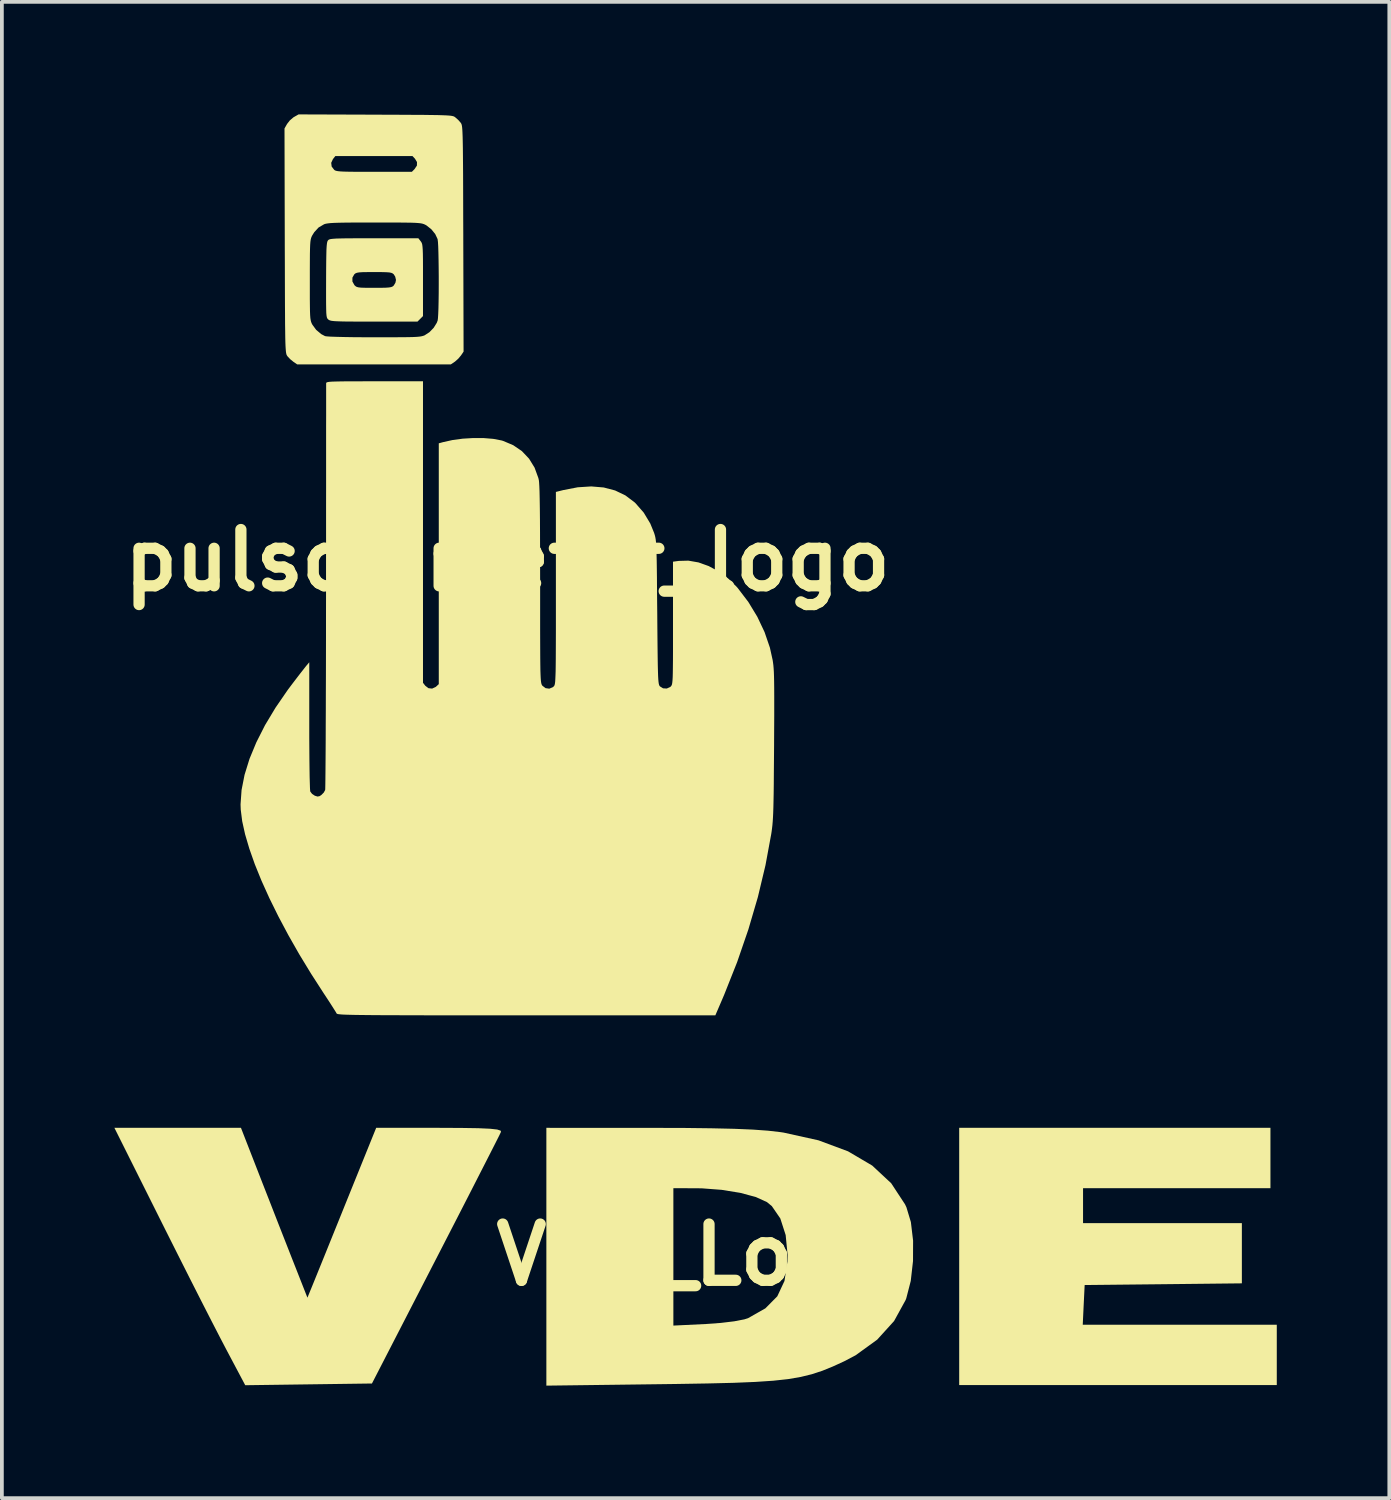
<source format=kicad_pcb>
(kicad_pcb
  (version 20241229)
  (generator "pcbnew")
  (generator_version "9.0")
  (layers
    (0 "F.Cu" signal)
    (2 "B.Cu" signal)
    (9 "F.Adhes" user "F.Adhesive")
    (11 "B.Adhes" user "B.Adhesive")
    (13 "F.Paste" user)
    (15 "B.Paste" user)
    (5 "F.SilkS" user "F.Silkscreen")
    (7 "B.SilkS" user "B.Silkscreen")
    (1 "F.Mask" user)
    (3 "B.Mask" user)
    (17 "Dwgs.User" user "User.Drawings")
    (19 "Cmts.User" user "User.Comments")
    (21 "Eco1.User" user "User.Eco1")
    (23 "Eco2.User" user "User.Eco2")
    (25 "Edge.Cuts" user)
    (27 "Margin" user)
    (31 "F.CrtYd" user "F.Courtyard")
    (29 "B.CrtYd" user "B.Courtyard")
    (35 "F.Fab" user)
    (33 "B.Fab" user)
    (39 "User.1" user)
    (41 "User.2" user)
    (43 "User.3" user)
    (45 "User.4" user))
  (footprint "pulsoximeter_logo"
    (layer "F.Cu")
    (at 10.479 11.889)
    (property "Reference" "pulsoximeter_logo" (at 0 0 0) (layer "F.SilkS") (effects (font (size 1.5 1.5) (thickness 0.3))))
    (attr board_only exclude_from_pos_files exclude_from_bom)
    (fp_poly (pts (xy -2.314 -8.508) (xy -2.297 -8.484) (xy -2.283 -8.455) (xy -2.272 -8.417) (xy -2.265 -8.361) (xy -2.259 -8.28) (xy -2.255 -8.17) (xy -2.253 -8.022) (xy -2.252 -7.83) (xy -2.252 -7.587) (xy -2.252 -7.47) (xy -2.252 -6.512) (xy -2.325 -6.439) (xy -2.399 -6.365) (xy -3.553 -6.365) (xy -3.849 -6.365) (xy -4.09 -6.366) (xy -4.283 -6.367) (xy -4.434 -6.37) (xy -4.548 -6.374) (xy -4.632 -6.379) (xy -4.69 -6.386) (xy -4.73 -6.396) (xy -4.757 -6.407) (xy -4.773 -6.418) (xy -4.79 -6.434) (xy -4.805 -6.453) (xy -4.816 -6.482) (xy -4.824 -6.527) (xy -4.83 -6.594) (xy -4.833 -6.69) (xy -4.835 -6.822) (xy -4.836 -6.995) (xy -4.836 -7.215) (xy -4.835 -7.475) (xy -4.835 -7.537) (xy -4.134 -7.537) (xy -4.134 -7.435) (xy -4.082 -7.34) (xy -4.078 -7.335) (xy -4.05 -7.309) (xy -4.018 -7.29) (xy -3.972 -7.278) (xy -3.902 -7.27) (xy -3.796 -7.267) (xy -3.646 -7.266) (xy -3.553 -7.266) (xy -3.375 -7.266) (xy -3.247 -7.269) (xy -3.16 -7.275) (xy -3.102 -7.285) (xy -3.064 -7.3) (xy -3.036 -7.323) (xy -3.032 -7.326) (xy -2.987 -7.402) (xy -2.972 -7.476) (xy -2.993 -7.564) (xy -3.032 -7.626) (xy -3.06 -7.649) (xy -3.096 -7.665) (xy -3.151 -7.676) (xy -3.234 -7.682) (xy -3.355 -7.685) (xy -3.525 -7.686) (xy -3.558 -7.686) (xy -3.736 -7.685) (xy -3.865 -7.683) (xy -3.954 -7.677) (xy -4.012 -7.667) (xy -4.051 -7.652) (xy -4.079 -7.63) (xy -4.083 -7.626) (xy -4.134 -7.537) (xy -4.835 -7.537) (xy -4.834 -7.751) (xy -4.832 -7.973) (xy -4.829 -8.148) (xy -4.826 -8.281) (xy -4.82 -8.378) (xy -4.813 -8.446) (xy -4.804 -8.492) (xy -4.792 -8.52) (xy -4.783 -8.533) (xy -4.767 -8.547) (xy -4.743 -8.558) (xy -4.706 -8.567) (xy -4.648 -8.573) (xy -4.565 -8.579) (xy -4.451 -8.582) (xy -4.3 -8.585) (xy -4.106 -8.586) (xy -3.864 -8.587) (xy -3.568 -8.587) (xy -3.555 -8.587) (xy -2.376 -8.587)) (stroke (width 0) (type solid)) (fill yes) (layer "F.SilkS"))
    (fp_poly (pts (xy -3.522 -11.882) (xy -3.122 -11.88) (xy -2.778 -11.879) (xy -2.484 -11.877) (xy -2.238 -11.876) (xy -2.034 -11.873) (xy -1.868 -11.871) (xy -1.737 -11.867) (xy -1.634 -11.863) (xy -1.557 -11.858) (xy -1.5 -11.852) (xy -1.46 -11.844) (xy -1.432 -11.836) (xy -1.411 -11.825) (xy -1.394 -11.813) (xy -1.393 -11.812) (xy -1.312 -11.741) (xy -1.248 -11.668) (xy -1.238 -11.653) (xy -1.229 -11.637) (xy -1.221 -11.614) (xy -1.214 -11.582) (xy -1.208 -11.537) (xy -1.203 -11.475) (xy -1.199 -11.393) (xy -1.195 -11.287) (xy -1.192 -11.154) (xy -1.189 -10.991) (xy -1.187 -10.792) (xy -1.185 -10.556) (xy -1.183 -10.279) (xy -1.182 -9.956) (xy -1.181 -9.585) (xy -1.18 -9.161) (xy -1.178 -8.682) (xy -1.178 -8.575) (xy -1.17 -5.565) (xy -1.239 -5.463) (xy -1.313 -5.375) (xy -1.4 -5.298) (xy -1.409 -5.292) (xy -1.51 -5.224) (xy -3.558 -5.224) (xy -5.606 -5.224) (xy -5.705 -5.292) (xy -5.789 -5.36) (xy -5.862 -5.437) (xy -5.867 -5.444) (xy -5.877 -5.459) (xy -5.886 -5.475) (xy -5.894 -5.497) (xy -5.901 -5.529) (xy -5.907 -5.573) (xy -5.912 -5.633) (xy -5.917 -5.714) (xy -5.921 -5.818) (xy -5.924 -5.949) (xy -5.926 -6.11) (xy -5.929 -6.306) (xy -5.93 -6.539) (xy -5.932 -6.814) (xy -5.933 -7.134) (xy -5.934 -7.476) (xy -5.269 -7.476) (xy -5.269 -7.195) (xy -5.269 -6.967) (xy -5.267 -6.786) (xy -5.265 -6.646) (xy -5.261 -6.539) (xy -5.255 -6.46) (xy -5.246 -6.402) (xy -5.235 -6.359) (xy -5.222 -6.323) (xy -5.204 -6.289) (xy -5.202 -6.284) (xy -5.1 -6.145) (xy -4.964 -6.031) (xy -4.863 -5.978) (xy -4.815 -5.971) (xy -4.711 -5.964) (xy -4.557 -5.959) (xy -4.358 -5.954) (xy -4.118 -5.95) (xy -3.843 -5.948) (xy -3.558 -5.947) (xy -3.251 -5.947) (xy -2.999 -5.948) (xy -2.794 -5.949) (xy -2.632 -5.951) (xy -2.506 -5.954) (xy -2.41 -5.959) (xy -2.338 -5.966) (xy -2.285 -5.975) (xy -2.244 -5.986) (xy -2.209 -5.999) (xy -2.205 -6.002) (xy -2.08 -6.083) (xy -1.967 -6.2) (xy -1.885 -6.332) (xy -1.861 -6.395) (xy -1.853 -6.456) (xy -1.846 -6.568) (xy -1.84 -6.722) (xy -1.836 -6.909) (xy -1.833 -7.119) (xy -1.832 -7.344) (xy -1.832 -7.574) (xy -1.834 -7.801) (xy -1.837 -8.014) (xy -1.841 -8.206) (xy -1.846 -8.367) (xy -1.853 -8.487) (xy -1.862 -8.558) (xy -1.863 -8.565) (xy -1.926 -8.699) (xy -2.03 -8.827) (xy -2.159 -8.929) (xy -2.195 -8.949) (xy -2.226 -8.963) (xy -2.262 -8.975) (xy -2.308 -8.985) (xy -2.37 -8.992) (xy -2.454 -8.998) (xy -2.566 -9.002) (xy -2.712 -9.004) (xy -2.897 -9.006) (xy -3.129 -9.007) (xy -3.412 -9.007) (xy -3.543 -9.007) (xy -3.856 -9.007) (xy -4.114 -9.006) (xy -4.325 -9.004) (xy -4.492 -9.001) (xy -4.622 -8.997) (xy -4.72 -8.991) (xy -4.792 -8.983) (xy -4.844 -8.974) (xy -4.882 -8.963) (xy -4.887 -8.961) (xy -5.036 -8.874) (xy -5.152 -8.747) (xy -5.205 -8.662) (xy -5.222 -8.628) (xy -5.235 -8.593) (xy -5.246 -8.549) (xy -5.254 -8.491) (xy -5.26 -8.412) (xy -5.264 -8.305) (xy -5.267 -8.165) (xy -5.268 -7.983) (xy -5.269 -7.754) (xy -5.269 -7.476) (xy -5.934 -7.476) (xy -5.934 -7.502) (xy -5.935 -7.922) (xy -5.937 -8.398) (xy -5.937 -8.521) (xy -5.942 -10.598) (xy -4.699 -10.598) (xy -4.687 -10.499) (xy -4.619 -10.411) (xy -4.598 -10.396) (xy -4.567 -10.385) (xy -4.521 -10.376) (xy -4.453 -10.369) (xy -4.356 -10.364) (xy -4.225 -10.361) (xy -4.053 -10.359) (xy -3.834 -10.358) (xy -3.561 -10.358) (xy -3.553 -10.358) (xy -2.549 -10.358) (xy -2.476 -10.432) (xy -2.414 -10.525) (xy -2.412 -10.619) (xy -2.467 -10.709) (xy -2.532 -10.778) (xy -3.561 -10.778) (xy -4.589 -10.778) (xy -4.653 -10.697) (xy -4.699 -10.598) (xy -5.942 -10.598) (xy -5.944 -11.514) (xy -5.876 -11.634) (xy -5.802 -11.729) (xy -5.707 -11.81) (xy -5.689 -11.821) (xy -5.569 -11.889)) (stroke (width 0) (type solid)) (fill yes) (layer "F.SilkS"))
    (fp_poly (pts (xy -2.252 -0.755) (xy -2.252 3.264) (xy -2.19 3.344) (xy -2.106 3.408) (xy -2.009 3.419) (xy -1.913 3.375) (xy -1.897 3.361) (xy -1.831 3.3) (xy -1.831 0.09) (xy -1.831 -3.12) (xy -1.719 -3.151) (xy -1.468 -3.207) (xy -1.194 -3.244) (xy -0.91 -3.261) (xy -0.634 -3.26) (xy -0.38 -3.239) (xy -0.163 -3.198) (xy -0.118 -3.185) (xy 0.152 -3.071) (xy 0.385 -2.912) (xy 0.576 -2.71) (xy 0.723 -2.471) (xy 0.823 -2.197) (xy 0.837 -2.137) (xy 0.843 -2.082) (xy 0.849 -1.982) (xy 0.855 -1.835) (xy 0.859 -1.64) (xy 0.863 -1.395) (xy 0.866 -1.098) (xy 0.868 -0.748) (xy 0.869 -0.344) (xy 0.87 0.118) (xy 0.871 0.638) (xy 0.871 0.643) (xy 0.871 1.1) (xy 0.871 1.5) (xy 0.871 1.848) (xy 0.872 2.147) (xy 0.873 2.402) (xy 0.874 2.616) (xy 0.876 2.792) (xy 0.878 2.935) (xy 0.882 3.049) (xy 0.886 3.137) (xy 0.891 3.204) (xy 0.897 3.252) (xy 0.904 3.286) (xy 0.912 3.31) (xy 0.921 3.328) (xy 0.932 3.342) (xy 0.933 3.344) (xy 1.016 3.407) (xy 1.114 3.421) (xy 1.209 3.382) (xy 1.231 3.363) (xy 1.242 3.351) (xy 1.251 3.336) (xy 1.259 3.314) (xy 1.266 3.28) (xy 1.272 3.232) (xy 1.276 3.165) (xy 1.28 3.075) (xy 1.284 2.959) (xy 1.286 2.812) (xy 1.288 2.632) (xy 1.289 2.413) (xy 1.29 2.153) (xy 1.291 1.847) (xy 1.291 1.492) (xy 1.291 1.083) (xy 1.291 0.739) (xy 1.291 -1.824) (xy 1.486 -1.873) (xy 1.874 -1.948) (xy 2.234 -1.971) (xy 2.566 -1.943) (xy 2.87 -1.863) (xy 3.143 -1.732) (xy 3.385 -1.55) (xy 3.413 -1.524) (xy 3.633 -1.272) (xy 3.807 -0.983) (xy 3.908 -0.736) (xy 3.922 -0.692) (xy 3.934 -0.65) (xy 3.944 -0.604) (xy 3.953 -0.55) (xy 3.96 -0.483) (xy 3.966 -0.398) (xy 3.971 -0.29) (xy 3.975 -0.154) (xy 3.979 0.015) (xy 3.982 0.22) (xy 3.985 0.468) (xy 3.987 0.763) (xy 3.99 1.11) (xy 3.993 1.385) (xy 3.996 1.772) (xy 3.999 2.103) (xy 4.002 2.382) (xy 4.005 2.616) (xy 4.008 2.807) (xy 4.012 2.96) (xy 4.016 3.08) (xy 4.021 3.172) (xy 4.027 3.239) (xy 4.034 3.287) (xy 4.042 3.32) (xy 4.052 3.342) (xy 4.063 3.357) (xy 4.065 3.36) (xy 4.149 3.412) (xy 4.248 3.417) (xy 4.339 3.376) (xy 4.353 3.363) (xy 4.366 3.348) (xy 4.377 3.329) (xy 4.387 3.301) (xy 4.394 3.259) (xy 4.4 3.199) (xy 4.405 3.114) (xy 4.408 3.001) (xy 4.41 2.855) (xy 4.412 2.67) (xy 4.413 2.442) (xy 4.413 2.166) (xy 4.413 1.837) (xy 4.413 1.669) (xy 4.413 0.036) (xy 4.564 0.015) (xy 4.823 0.008) (xy 5.093 0.055) (xy 5.364 0.152) (xy 5.63 0.295) (xy 5.88 0.48) (xy 6.109 0.704) (xy 6.141 0.741) (xy 6.422 1.11) (xy 6.661 1.504) (xy 6.854 1.912) (xy 6.996 2.326) (xy 7.07 2.66) (xy 7.08 2.726) (xy 7.089 2.797) (xy 7.096 2.879) (xy 7.102 2.976) (xy 7.106 3.092) (xy 7.109 3.234) (xy 7.111 3.406) (xy 7.112 3.613) (xy 7.112 3.859) (xy 7.112 4.15) (xy 7.11 4.491) (xy 7.108 4.887) (xy 7.108 4.924) (xy 7.105 5.322) (xy 7.102 5.664) (xy 7.1 5.957) (xy 7.097 6.206) (xy 7.093 6.416) (xy 7.089 6.592) (xy 7.084 6.739) (xy 7.078 6.863) (xy 7.071 6.97) (xy 7.063 7.063) (xy 7.053 7.149) (xy 7.042 7.233) (xy 7.032 7.297) (xy 6.879 8.126) (xy 6.676 8.976) (xy 6.423 9.839) (xy 6.124 10.708) (xy 5.78 11.575) (xy 5.726 11.702) (xy 5.542 12.13) (xy 0.503 12.13) (xy -0.142 12.13) (xy -0.73 12.129) (xy -1.263 12.129) (xy -1.744 12.129) (xy -2.176 12.129) (xy -2.561 12.128) (xy -2.902 12.127) (xy -3.202 12.126) (xy -3.463 12.125) (xy -3.689 12.123) (xy -3.88 12.121) (xy -4.042 12.119) (xy -4.175 12.116) (xy -4.283 12.113) (xy -4.369 12.11) (xy -4.434 12.106) (xy -4.482 12.101) (xy -4.516 12.097) (xy -4.538 12.091) (xy -4.55 12.085) (xy -4.556 12.078) (xy -4.557 12.077) (xy -4.58 12.036) (xy -4.631 11.955) (xy -4.704 11.84) (xy -4.793 11.703) (xy -4.894 11.55) (xy -4.898 11.544) (xy -5.235 11.021) (xy -5.551 10.502) (xy -5.842 9.991) (xy -6.108 9.491) (xy -6.347 9.007) (xy -6.557 8.542) (xy -6.736 8.101) (xy -6.882 7.686) (xy -6.995 7.303) (xy -7.072 6.955) (xy -7.111 6.645) (xy -7.116 6.507) (xy -7.089 6.123) (xy -7.009 5.717) (xy -6.877 5.291) (xy -6.694 4.849) (xy -6.463 4.393) (xy -6.183 3.927) (xy -5.857 3.453) (xy -5.733 3.288) (xy -5.626 3.148) (xy -5.527 3.019) (xy -5.442 2.911) (xy -5.381 2.833) (xy -5.36 2.807) (xy -5.284 2.717) (xy -5.284 4.404) (xy -5.284 4.729) (xy -5.282 5.034) (xy -5.28 5.314) (xy -5.277 5.563) (xy -5.274 5.776) (xy -5.269 5.948) (xy -5.265 6.073) (xy -5.26 6.147) (xy -5.257 6.163) (xy -5.21 6.225) (xy -5.137 6.274) (xy -5.135 6.275) (xy -5.063 6.297) (xy -5.008 6.286) (xy -4.96 6.254) (xy -4.897 6.19) (xy -4.86 6.122) (xy -4.858 6.085) (xy -4.856 5.991) (xy -4.854 5.843) (xy -4.852 5.644) (xy -4.85 5.397) (xy -4.848 5.105) (xy -4.846 4.772) (xy -4.845 4.4) (xy -4.843 3.993) (xy -4.842 3.553) (xy -4.84 3.084) (xy -4.839 2.588) (xy -4.838 2.07) (xy -4.838 1.53) (xy -4.837 0.974) (xy -4.837 0.691) (xy -4.837 0.127) (xy -4.836 -0.42) (xy -4.836 -0.949) (xy -4.836 -1.456) (xy -4.835 -1.937) (xy -4.835 -2.391) (xy -4.835 -2.814) (xy -4.835 -3.202) (xy -4.835 -3.554) (xy -4.834 -3.865) (xy -4.834 -4.133) (xy -4.834 -4.354) (xy -4.834 -4.527) (xy -4.834 -4.646) (xy -4.834 -4.711) (xy -4.834 -4.721) (xy -4.831 -4.734) (xy -4.818 -4.744) (xy -4.791 -4.753) (xy -4.743 -4.76) (xy -4.67 -4.765) (xy -4.567 -4.768) (xy -4.428 -4.771) (xy -4.247 -4.773) (xy -4.02 -4.773) (xy -3.742 -4.774) (xy -3.543 -4.774) (xy -2.252 -4.774)) (stroke (width 0) (type solid)) (fill yes) (layer "F.SilkS")))
  (footprint "VDE_Logo"
    (layer "F.Cu")
    (at 15.495 30.405)
    (property "Reference" "VDE_Logo" (at 0 0 0) (layer "F.SilkS") (effects (font (size 1.5 1.5) (thickness 0.3))))
    (attr board_only exclude_from_pos_files exclude_from_bom)
    (fp_poly (pts (xy 15.325 -2.582) (xy 15.325 -1.778) (xy 12.827 -1.778) (xy 10.329 -1.778) (xy 10.329 -1.312) (xy 10.329 -0.847) (xy 12.446 -0.847) (xy 14.563 -0.847) (xy 14.563 -0.044) (xy 14.563 0.759) (xy 12.467 0.782) (xy 10.372 0.804) (xy 10.346 1.333) (xy 10.321 1.863) (xy 12.908 1.863) (xy 15.494 1.863) (xy 15.494 2.667) (xy 15.494 3.471) (xy 11.261 3.471) (xy 7.027 3.471) (xy 7.027 0.042) (xy 7.027 -3.387) (xy 11.176 -3.387) (xy 15.325 -3.387)) (stroke (width 0) (type solid)) (fill yes) (layer "F.SilkS"))
    (fp_poly (pts (xy -11.552 -1.926) (xy -11.342 -1.39) (xy -11.128 -0.841) (xy -10.926 -0.326) (xy -10.755 0.11) (xy -10.665 0.338) (xy -10.349 1.141) (xy -10.228 0.846) (xy -10.163 0.686) (xy -10.045 0.395) (xy -9.884 -0.002) (xy -9.691 -0.48) (xy -9.475 -1.014) (xy -9.312 -1.418) (xy -8.516 -3.387) (xy -6.831 -3.387) (xy -6.234 -3.384) (xy -5.79 -3.377) (xy -5.48 -3.363) (xy -5.289 -3.342) (xy -5.199 -3.312) (xy -5.188 -3.281) (xy -5.234 -3.185) (xy -5.35 -2.955) (xy -5.527 -2.607) (xy -5.758 -2.155) (xy -6.033 -1.616) (xy -6.346 -1.006) (xy -6.688 -0.341) (xy -6.929 0.127) (xy -8.629 3.429) (xy -10.318 3.452) (xy -12.007 3.475) (xy -12.513 2.521) (xy -12.68 2.201) (xy -12.908 1.759) (xy -13.183 1.221) (xy -13.49 0.616) (xy -13.815 -0.029) (xy -14.144 -0.684) (xy -14.257 -0.91) (xy -15.495 -3.387) (xy -13.808 -3.387) (xy -12.121 -3.387)) (stroke (width 0) (type solid)) (fill yes) (layer "F.SilkS"))
    (fp_poly (pts (xy -1.206 -3.386) (xy -0.315 -3.384) (xy 0.425 -3.375) (xy 1.034 -3.361) (xy 1.529 -3.34) (xy 1.929 -3.311) (xy 2.252 -3.274) (xy 2.346 -3.26) (xy 3.276 -3.054) (xy 4.063 -2.761) (xy 4.708 -2.381) (xy 5.214 -1.91) (xy 5.583 -1.348) (xy 5.62 -1.27) (xy 5.739 -0.875) (xy 5.798 -0.379) (xy 5.796 0.163) (xy 5.736 0.694) (xy 5.616 1.159) (xy 5.597 1.207) (xy 5.291 1.764) (xy 4.84 2.261) (xy 4.265 2.677) (xy 3.961 2.837) (xy 3.66 2.975) (xy 3.38 3.089) (xy 3.101 3.181) (xy 2.803 3.254) (xy 2.466 3.312) (xy 2.068 3.355) (xy 1.591 3.387) (xy 1.013 3.411) (xy 0.314 3.428) (xy -0.526 3.442) (xy -0.91 3.447) (xy -3.979 3.486) (xy -3.979 0.05) (xy -3.979 -1.778) (xy -0.593 -1.778) (xy -0.593 0.053) (xy -0.593 1.885) (xy 0.275 1.843) (xy 0.671 1.814) (xy 1.029 1.771) (xy 1.299 1.719) (xy 1.397 1.688) (xy 1.859 1.426) (xy 2.178 1.104) (xy 2.369 0.696) (xy 2.447 0.179) (xy 2.452 0) (xy 2.401 -0.528) (xy 2.258 -0.971) (xy 2.032 -1.3) (xy 1.902 -1.407) (xy 1.606 -1.542) (xy 1.188 -1.654) (xy 0.693 -1.734) (xy 0.168 -1.774) (xy 0.021 -1.776) (xy -0.593 -1.778) (xy -3.979 -1.778) (xy -3.979 -3.387)) (stroke (width 0) (type solid)) (fill yes) (layer "F.SilkS")))
  (gr_rect
    (start -3 -3)
    (end 33.989 36.891)
    (stroke (width 0.1) (type default))
    (fill no)
    (layer "Edge.Cuts")))
</source>
